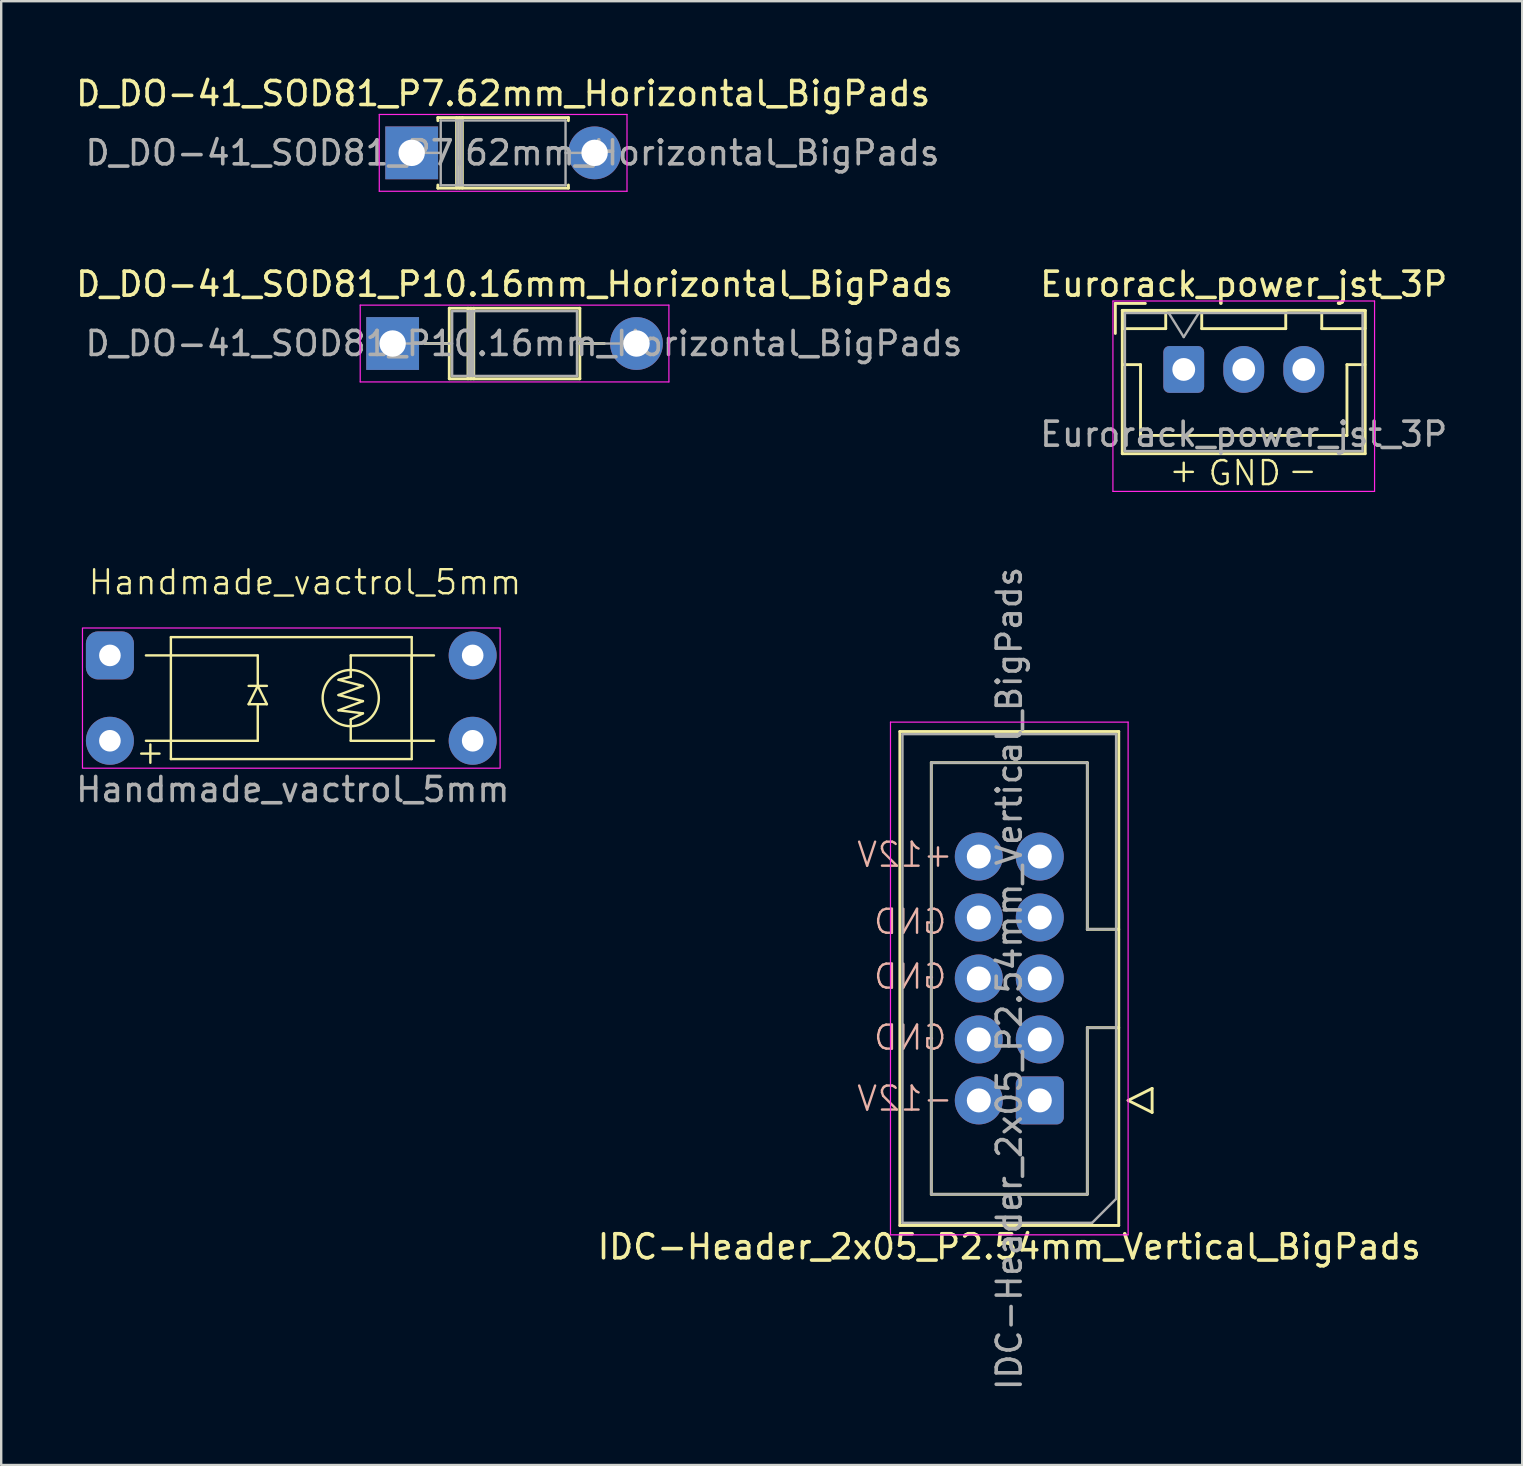
<source format=kicad_pcb>
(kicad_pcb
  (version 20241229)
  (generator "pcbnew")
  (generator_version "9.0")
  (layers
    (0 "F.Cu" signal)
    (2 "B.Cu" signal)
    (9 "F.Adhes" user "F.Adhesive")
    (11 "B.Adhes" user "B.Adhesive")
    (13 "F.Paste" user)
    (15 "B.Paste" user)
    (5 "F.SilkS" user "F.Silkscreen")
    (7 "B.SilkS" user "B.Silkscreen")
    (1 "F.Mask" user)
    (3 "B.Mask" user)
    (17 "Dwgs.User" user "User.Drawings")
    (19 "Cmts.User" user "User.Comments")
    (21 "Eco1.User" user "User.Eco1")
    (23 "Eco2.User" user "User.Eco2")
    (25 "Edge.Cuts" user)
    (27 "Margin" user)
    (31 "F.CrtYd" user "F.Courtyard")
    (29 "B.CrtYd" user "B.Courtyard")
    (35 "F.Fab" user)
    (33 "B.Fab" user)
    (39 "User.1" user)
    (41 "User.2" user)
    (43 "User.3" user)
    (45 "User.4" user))
  (footprint "IDC-Header_2x05_P2.54mm_Vertical_BigPads"
    (layer "F.Cu")
    (at 40.268 42.794)
    (property "Reference" "IDC-Header_2x05_P2.54mm_Vertical_BigPads" (at -1.27 6.1 180) (layer "F.SilkS") (effects (font (size 1 1) (thickness 0.15))))
    (attr through_hole)
    (fp_line (start -5.83 -15.37) (end 3.29 -15.37) (stroke (width 0.12) (type solid)) (layer "F.SilkS"))
    (fp_line (start -5.83 5.21) (end -5.83 -15.37) (stroke (width 0.12) (type solid)) (layer "F.SilkS"))
    (fp_line (start -4.52 -14.07) (end 1.98 -14.07) (stroke (width 0.12) (type solid)) (layer "F.SilkS"))
    (fp_line (start -4.52 3.91) (end -4.52 -14.07) (stroke (width 0.12) (type solid)) (layer "F.SilkS"))
    (fp_line (start 1.98 -14.07) (end 1.98 -7.13) (stroke (width 0.12) (type solid)) (layer "F.SilkS"))
    (fp_line (start 1.98 -7.13) (end 1.98 -7.13) (stroke (width 0.12) (type solid)) (layer "F.SilkS"))
    (fp_line (start 1.98 -7.13) (end 3.29 -7.13) (stroke (width 0.12) (type solid)) (layer "F.SilkS"))
    (fp_line (start 1.98 -3.03) (end 1.98 3.91) (stroke (width 0.12) (type solid)) (layer "F.SilkS"))
    (fp_line (start 1.98 3.91) (end -4.52 3.91) (stroke (width 0.12) (type solid)) (layer "F.SilkS"))
    (fp_line (start 3.29 -15.37) (end 3.29 5.21) (stroke (width 0.12) (type solid)) (layer "F.SilkS"))
    (fp_line (start 3.29 -3.03) (end 1.98 -3.03) (stroke (width 0.12) (type solid)) (layer "F.SilkS"))
    (fp_line (start 3.29 5.21) (end -5.83 5.21) (stroke (width 0.12) (type solid)) (layer "F.SilkS"))
    (fp_line (start 3.68 0) (end 4.68 0.5) (stroke (width 0.12) (type solid)) (layer "F.SilkS"))
    (fp_line (start 4.68 -0.5) (end 3.68 0) (stroke (width 0.12) (type solid)) (layer "F.SilkS"))
    (fp_line (start 4.68 0.5) (end 4.68 -0.5) (stroke (width 0.12) (type solid)) (layer "F.SilkS"))
    (fp_line (start -6.22 -15.76) (end -6.22 5.6) (stroke (width 0.05) (type solid)) (layer "F.CrtYd"))
    (fp_line (start -6.22 5.6) (end 3.68 5.6) (stroke (width 0.05) (type solid)) (layer "F.CrtYd"))
    (fp_line (start 3.68 -15.76) (end -6.22 -15.76) (stroke (width 0.05) (type solid)) (layer "F.CrtYd"))
    (fp_line (start 3.68 5.6) (end 3.68 -15.76) (stroke (width 0.05) (type solid)) (layer "F.CrtYd"))
    (fp_line (start -5.72 -15.26) (end 3.18 -15.26) (stroke (width 0.1) (type solid)) (layer "F.Fab"))
    (fp_line (start -5.72 5.1) (end -5.72 -15.26) (stroke (width 0.1) (type solid)) (layer "F.Fab"))
    (fp_line (start -4.52 -14.07) (end 1.98 -14.07) (stroke (width 0.1) (type solid)) (layer "F.Fab"))
    (fp_line (start -4.52 3.91) (end -4.52 -14.07) (stroke (width 0.1) (type solid)) (layer "F.Fab"))
    (fp_line (start 1.98 -14.07) (end 1.98 -7.13) (stroke (width 0.1) (type solid)) (layer "F.Fab"))
    (fp_line (start 1.98 -7.13) (end 1.98 -7.13) (stroke (width 0.1) (type solid)) (layer "F.Fab"))
    (fp_line (start 1.98 -7.13) (end 3.18 -7.13) (stroke (width 0.1) (type solid)) (layer "F.Fab"))
    (fp_line (start 1.98 -3.03) (end 1.98 3.91) (stroke (width 0.1) (type solid)) (layer "F.Fab"))
    (fp_line (start 1.98 3.91) (end -4.52 3.91) (stroke (width 0.1) (type solid)) (layer "F.Fab"))
    (fp_line (start 2.18 5.1) (end -5.72 5.1) (stroke (width 0.1) (type solid)) (layer "F.Fab"))
    (fp_line (start 3.18 -15.26) (end 3.18 4.1) (stroke (width 0.1) (type solid)) (layer "F.Fab"))
    (fp_line (start 3.18 -3.03) (end 1.98 -3.03) (stroke (width 0.1) (type solid)) (layer "F.Fab"))
    (fp_line (start 3.18 4.1) (end 2.18 5.1) (stroke (width 0.1) (type solid)) (layer "F.Fab"))
    (fp_text user "-12V" (at -3.556 0.508 0) (unlocked yes) (layer "B.SilkS") (effects (font (size 1 1) (thickness 0.1)) (justify left bottom mirror)))
    (fp_text user "GND" (at -3.81 -6.858 0) (unlocked yes) (layer "B.SilkS") (effects (font (size 1 1) (thickness 0.1)) (justify left bottom mirror)))
    (fp_text user "+12V" (at -3.556 -9.652 0) (unlocked yes) (layer "B.SilkS") (effects (font (size 1 1) (thickness 0.1)) (justify left bottom mirror)))
    (fp_text user "GND" (at -3.81 -2.032 0) (unlocked yes) (layer "B.SilkS") (effects (font (size 1 1) (thickness 0.1)) (justify left bottom mirror)))
    (fp_text user "GND" (at -3.81 -4.572 0) (unlocked yes) (layer "B.SilkS") (effects (font (size 1 1) (thickness 0.1)) (justify left bottom mirror)))
    (fp_text user "${REFERENCE}" (at -1.27 -5.08 270) (layer "F.Fab") (effects (font (size 1 1) (thickness 0.15))))
    (pad "1" thru_hole roundrect (at 0 0 180) (size 2 2) (drill 1) (layers "*.Cu" "*.Mask") (roundrect_rratio 0.147))
    (pad "2" thru_hole circle (at -2.54 0 180) (size 2 2) (drill 1) (layers "*.Cu" "*.Mask"))
    (pad "3" thru_hole circle (at 0 -2.54 180) (size 2 2) (drill 1) (layers "*.Cu" "*.Mask"))
    (pad "4" thru_hole circle (at -2.54 -2.54 180) (size 2 2) (drill 1) (layers "*.Cu" "*.Mask"))
    (pad "5" thru_hole circle (at 0 -5.08 180) (size 2 2) (drill 1) (layers "*.Cu" "*.Mask"))
    (pad "6" thru_hole circle (at -2.54 -5.08 180) (size 2 2) (drill 1) (layers "*.Cu" "*.Mask"))
    (pad "7" thru_hole circle (at 0 -7.62 180) (size 2 2) (drill 1) (layers "*.Cu" "*.Mask"))
    (pad "8" thru_hole circle (at -2.54 -7.62 180) (size 2 2) (drill 1) (layers "*.Cu" "*.Mask"))
    (pad "9" thru_hole circle (at 0 -10.16 180) (size 2 2) (drill 1) (layers "*.Cu" "*.Mask"))
    (pad "10" thru_hole circle (at -2.54 -10.16 180) (size 2 2) (drill 1) (layers "*.Cu" "*.Mask")))
  (footprint "D_DO-41_SOD81_P10.16mm_Horizontal_BigPads"
    (layer "F.Cu")
    (at 13.307 11.261)
    (property "Reference" "D_DO-41_SOD81_P10.16mm_Horizontal_BigPads" (at 5.08 -2.47 0) (layer "F.SilkS") (effects (font (size 1 1) (thickness 0.15))))
    (attr through_hole)
    (fp_line (start 1.34 0) (end 2.36 0) (stroke (width 0.12) (type solid)) (layer "F.SilkS"))
    (fp_line (start 2.36 -1.47) (end 2.36 1.47) (stroke (width 0.12) (type solid)) (layer "F.SilkS"))
    (fp_line (start 2.36 1.47) (end 7.8 1.47) (stroke (width 0.12) (type solid)) (layer "F.SilkS"))
    (fp_line (start 3.14 -1.47) (end 3.14 1.47) (stroke (width 0.12) (type solid)) (layer "F.SilkS"))
    (fp_line (start 3.26 -1.47) (end 3.26 1.47) (stroke (width 0.12) (type solid)) (layer "F.SilkS"))
    (fp_line (start 3.38 -1.47) (end 3.38 1.47) (stroke (width 0.12) (type solid)) (layer "F.SilkS"))
    (fp_line (start 7.8 -1.47) (end 2.36 -1.47) (stroke (width 0.12) (type solid)) (layer "F.SilkS"))
    (fp_line (start 7.8 1.47) (end 7.8 -1.47) (stroke (width 0.12) (type solid)) (layer "F.SilkS"))
    (fp_line (start 8.82 0) (end 7.8 0) (stroke (width 0.12) (type solid)) (layer "F.SilkS"))
    (fp_line (start -1.35 -1.6) (end -1.35 1.6) (stroke (width 0.05) (type solid)) (layer "F.CrtYd"))
    (fp_line (start -1.35 1.6) (end 11.51 1.6) (stroke (width 0.05) (type solid)) (layer "F.CrtYd"))
    (fp_line (start 11.51 -1.6) (end -1.35 -1.6) (stroke (width 0.05) (type solid)) (layer "F.CrtYd"))
    (fp_line (start 11.51 1.6) (end 11.51 -1.6) (stroke (width 0.05) (type solid)) (layer "F.CrtYd"))
    (fp_line (start 0 0) (end 2.48 0) (stroke (width 0.1) (type solid)) (layer "F.Fab"))
    (fp_line (start 2.48 -1.35) (end 2.48 1.35) (stroke (width 0.1) (type solid)) (layer "F.Fab"))
    (fp_line (start 2.48 1.35) (end 7.68 1.35) (stroke (width 0.1) (type solid)) (layer "F.Fab"))
    (fp_line (start 3.16 -1.35) (end 3.16 1.35) (stroke (width 0.1) (type solid)) (layer "F.Fab"))
    (fp_line (start 3.26 -1.35) (end 3.26 1.35) (stroke (width 0.1) (type solid)) (layer "F.Fab"))
    (fp_line (start 3.36 -1.35) (end 3.36 1.35) (stroke (width 0.1) (type solid)) (layer "F.Fab"))
    (fp_line (start 7.68 -1.35) (end 2.48 -1.35) (stroke (width 0.1) (type solid)) (layer "F.Fab"))
    (fp_line (start 7.68 1.35) (end 7.68 -1.35) (stroke (width 0.1) (type solid)) (layer "F.Fab"))
    (fp_line (start 10.16 0) (end 7.68 0) (stroke (width 0.1) (type solid)) (layer "F.Fab"))
    (fp_text user "${REFERENCE}" (at 5.47 0 0) (layer "F.Fab") (effects (font (size 1 1) (thickness 0.15))))
    (pad "1" thru_hole rect (at 0 0) (size 2.2 2.2) (drill 1.1) (layers "*.Cu" "*.Mask"))
    (pad "2" thru_hole oval (at 10.16 0) (size 2.2 2.2) (drill 1.1) (layers "*.Cu" "*.Mask")))
  (footprint "Eurorack_power_jst_3P"
    (layer "F.Cu")
    (at 46.265 12.341)
    (property "Reference" "Eurorack_power_jst_3P" (at 2.5 -3.55 0) (layer "F.SilkS") (effects (font (size 1 1) (thickness 0.15))))
    (attr through_hole)
    (fp_line (start -2.85 -2.75) (end -2.85 -1.5) (stroke (width 0.12) (type solid)) (layer "F.SilkS"))
    (fp_line (start -2.56 -2.46) (end -2.56 3.51) (stroke (width 0.12) (type solid)) (layer "F.SilkS"))
    (fp_line (start -2.56 3.51) (end 7.56 3.51) (stroke (width 0.12) (type solid)) (layer "F.SilkS"))
    (fp_line (start -2.55 -2.45) (end -2.55 -1.7) (stroke (width 0.12) (type solid)) (layer "F.SilkS"))
    (fp_line (start -2.55 -1.7) (end -0.75 -1.7) (stroke (width 0.12) (type solid)) (layer "F.SilkS"))
    (fp_line (start -2.55 -0.2) (end -1.8 -0.2) (stroke (width 0.12) (type solid)) (layer "F.SilkS"))
    (fp_line (start -1.8 -0.2) (end -1.8 2.75) (stroke (width 0.12) (type solid)) (layer "F.SilkS"))
    (fp_line (start -1.8 2.75) (end 2.5 2.75) (stroke (width 0.12) (type solid)) (layer "F.SilkS"))
    (fp_line (start -1.6 -2.75) (end -2.85 -2.75) (stroke (width 0.12) (type solid)) (layer "F.SilkS"))
    (fp_line (start -0.75 -2.45) (end -2.55 -2.45) (stroke (width 0.12) (type solid)) (layer "F.SilkS"))
    (fp_line (start -0.75 -1.7) (end -0.75 -2.45) (stroke (width 0.12) (type solid)) (layer "F.SilkS"))
    (fp_line (start 0.75 -2.45) (end 0.75 -1.7) (stroke (width 0.12) (type solid)) (layer "F.SilkS"))
    (fp_line (start 0.75 -1.7) (end 4.25 -1.7) (stroke (width 0.12) (type solid)) (layer "F.SilkS"))
    (fp_line (start 4.25 -2.45) (end 0.75 -2.45) (stroke (width 0.12) (type solid)) (layer "F.SilkS"))
    (fp_line (start 4.25 -1.7) (end 4.25 -2.45) (stroke (width 0.12) (type solid)) (layer "F.SilkS"))
    (fp_line (start 5.75 -2.45) (end 5.75 -1.7) (stroke (width 0.12) (type solid)) (layer "F.SilkS"))
    (fp_line (start 5.75 -1.7) (end 7.55 -1.7) (stroke (width 0.12) (type solid)) (layer "F.SilkS"))
    (fp_line (start 6.8 -0.2) (end 6.8 2.75) (stroke (width 0.12) (type solid)) (layer "F.SilkS"))
    (fp_line (start 6.8 2.75) (end 2.5 2.75) (stroke (width 0.12) (type solid)) (layer "F.SilkS"))
    (fp_line (start 7.55 -2.45) (end 5.75 -2.45) (stroke (width 0.12) (type solid)) (layer "F.SilkS"))
    (fp_line (start 7.55 -1.7) (end 7.55 -2.45) (stroke (width 0.12) (type solid)) (layer "F.SilkS"))
    (fp_line (start 7.55 -0.2) (end 6.8 -0.2) (stroke (width 0.12) (type solid)) (layer "F.SilkS"))
    (fp_line (start 7.56 -2.46) (end -2.56 -2.46) (stroke (width 0.12) (type solid)) (layer "F.SilkS"))
    (fp_line (start 7.56 3.51) (end 7.56 -2.46) (stroke (width 0.12) (type solid)) (layer "F.SilkS"))
    (fp_line (start -2.95 -2.85) (end -2.95 5.08) (stroke (width 0.05) (type solid)) (layer "F.CrtYd"))
    (fp_line (start -2.95 5.08) (end 7.95 5.08) (stroke (width 0.05) (type solid)) (layer "F.CrtYd"))
    (fp_line (start 7.95 -2.85) (end -2.95 -2.85) (stroke (width 0.05) (type solid)) (layer "F.CrtYd"))
    (fp_line (start 7.95 5.08) (end 7.95 -2.85) (stroke (width 0.05) (type solid)) (layer "F.CrtYd"))
    (fp_line (start -2.45 -2.35) (end -2.45 3.4) (stroke (width 0.1) (type solid)) (layer "F.Fab"))
    (fp_line (start -2.45 3.4) (end 7.45 3.4) (stroke (width 0.1) (type solid)) (layer "F.Fab"))
    (fp_line (start -0.625 -2.35) (end 0 -1.35) (stroke (width 0.1) (type solid)) (layer "F.Fab"))
    (fp_line (start 0 -1.35) (end 0.625 -2.35) (stroke (width 0.1) (type solid)) (layer "F.Fab"))
    (fp_line (start 7.45 -2.35) (end -2.45 -2.35) (stroke (width 0.1) (type solid)) (layer "F.Fab"))
    (fp_line (start 7.45 3.4) (end 7.45 -2.35) (stroke (width 0.1) (type solid)) (layer "F.Fab"))
    (fp_text user "GND" (at 2.54 4.318 0) (unlocked yes) (layer "F.SilkS") (effects (font (size 1 1) (thickness 0.1))))
    (fp_text user "+" (at 0 4.191 0) (unlocked yes) (layer "F.SilkS") (effects (font (size 1 1) (thickness 0.1))))
    (fp_text user "-" (at 4.953 4.191 0) (unlocked yes) (layer "F.SilkS") (effects (font (size 1 1) (thickness 0.1))))
    (fp_text user "${REFERENCE}" (at 2.5 2.7 0) (layer "F.Fab") (effects (font (size 1 1) (thickness 0.15))))
    (pad "1" thru_hole roundrect (at 0 0) (size 1.7 1.95) (drill 0.95) (layers "*.Cu" "*.Mask") (roundrect_rratio 0.147))
    (pad "2" thru_hole oval (at 2.5 0) (size 1.7 1.95) (drill 0.95) (layers "*.Cu" "*.Mask"))
    (pad "3" thru_hole oval (at 5 0) (size 1.7 1.95) (drill 0.95) (layers "*.Cu" "*.Mask")))
  (footprint "Handmade_vactrol_5mm"
    (layer "F.Cu")
    (at 1.529 24.255)
    (property "Reference" "Handmade_vactrol_5mm" (at 8.128 -3.048 0) (unlocked yes) (layer "F.SilkS") (effects (font (size 1 1) (thickness 0.1))))
    (attr through_hole)
    (fp_line (start 1.5 0) (end 2.54 0) (stroke (width 0.1) (type default)) (layer "F.SilkS"))
    (fp_line (start 2.54 -0.762) (end 2.54 4.318) (stroke (width 0.1) (type default)) (layer "F.SilkS"))
    (fp_line (start 2.54 -0.762) (end 12.573 -0.762) (stroke (width 0.1) (type default)) (layer "F.SilkS"))
    (fp_line (start 2.54 0) (end 6.16 0) (stroke (width 0.1) (type default)) (layer "F.SilkS"))
    (fp_line (start 2.54 3.556) (end 1.5 3.556) (stroke (width 0.1) (type default)) (layer "F.SilkS"))
    (fp_line (start 2.54 3.556) (end 6.16 3.556) (stroke (width 0.1) (type default)) (layer "F.SilkS"))
    (fp_line (start 5.779 2.032) (end 6.16 1.27) (stroke (width 0.1) (type default)) (layer "F.SilkS"))
    (fp_line (start 6.16 0) (end 6.16 1.27) (stroke (width 0.1) (type default)) (layer "F.SilkS"))
    (fp_line (start 6.16 1.27) (end 6.54 2.032) (stroke (width 0.1) (type default)) (layer "F.SilkS"))
    (fp_line (start 6.16 3.556) (end 6.16 2.032) (stroke (width 0.1) (type default)) (layer "F.SilkS"))
    (fp_line (start 6.54 1.27) (end 5.779 1.27) (stroke (width 0.1) (type default)) (layer "F.SilkS"))
    (fp_line (start 6.54 2.032) (end 5.779 2.032) (stroke (width 0.1) (type default)) (layer "F.SilkS"))
    (fp_line (start 9.525 1.016) (end 10.033 0.889) (stroke (width 0.1) (type default)) (layer "F.SilkS"))
    (fp_line (start 9.525 1.016) (end 10.541 1.27) (stroke (width 0.1) (type default)) (layer "F.SilkS"))
    (fp_line (start 9.525 1.651) (end 10.541 1.905) (stroke (width 0.1) (type default)) (layer "F.SilkS"))
    (fp_line (start 9.525 2.286) (end 10.541 2.413) (stroke (width 0.1) (type default)) (layer "F.SilkS"))
    (fp_line (start 10.033 0) (end 13.5 0) (stroke (width 0.1) (type default)) (layer "F.SilkS"))
    (fp_line (start 10.033 0.607) (end 10.033 0) (stroke (width 0.1) (type default)) (layer "F.SilkS"))
    (fp_line (start 10.033 0.889) (end 10.033 0.607) (stroke (width 0.1) (type default)) (layer "F.SilkS"))
    (fp_line (start 10.033 2.667) (end 10.033 2.949) (stroke (width 0.1) (type default)) (layer "F.SilkS"))
    (fp_line (start 10.033 2.949) (end 10.033 3.556) (stroke (width 0.1) (type default)) (layer "F.SilkS"))
    (fp_line (start 10.033 3.556) (end 13.5 3.556) (stroke (width 0.1) (type default)) (layer "F.SilkS"))
    (fp_line (start 10.541 1.27) (end 9.525 1.651) (stroke (width 0.1) (type default)) (layer "F.SilkS"))
    (fp_line (start 10.541 1.905) (end 9.525 2.286) (stroke (width 0.1) (type default)) (layer "F.SilkS"))
    (fp_line (start 10.541 2.413) (end 10.033 2.667) (stroke (width 0.1) (type default)) (layer "F.SilkS"))
    (fp_line (start 12.573 -0.762) (end 12.573 4.318) (stroke (width 0.1) (type default)) (layer "F.SilkS"))
    (fp_line (start 12.573 3.556) (end 12.573 0) (stroke (width 0.1) (type default)) (layer "F.SilkS"))
    (fp_line (start 12.573 4.318) (end 2.54 4.318) (stroke (width 0.1) (type default)) (layer "F.SilkS"))
    (fp_circle (center 10.033 1.778) (end 11.204 1.778) (stroke (width 0.1) (type default)) (fill no) (layer "F.SilkS"))
    (fp_rect (start -1.143 -1.143) (end 16.256 4.699) (stroke (width 0.05) (type default)) (fill no) (layer "F.CrtYd"))
    (fp_text user "+" (at 1 4.6 0) (unlocked yes) (layer "F.SilkS") (effects (font (size 1 1) (thickness 0.1)) (justify left bottom)))
    (fp_text user "${REFERENCE}" (at 7.62 5.588 0) (unlocked yes) (layer "F.Fab") (effects (font (size 1 1) (thickness 0.15))))
    (pad "1" thru_hole roundrect (at 0 0) (size 2 2) (drill 0.9) (layers "*.Cu" "*.Mask") (roundrect_rratio 0.25))
    (pad "2" thru_hole circle (at 0 3.556) (size 2 2) (drill 0.9) (layers "*.Cu" "*.Mask"))
    (pad "3" thru_hole circle (at 15.113 0) (size 2 2) (drill 0.9) (layers "*.Cu" "*.Mask"))
    (pad "4" thru_hole circle (at 15.113 3.556) (size 2 2) (drill 0.9) (layers "*.Cu" "*.Mask")))
  (footprint "D_DO-41_SOD81_P7.62mm_Horizontal_BigPads"
    (layer "F.Cu")
    (at 14.101 3.318)
    (property "Reference" "D_DO-41_SOD81_P7.62mm_Horizontal_BigPads" (at 3.81 -2.47 0) (layer "F.SilkS") (effects (font (size 1 1) (thickness 0.15))))
    (attr through_hole)
    (fp_line (start 1.09 -1.47) (end 6.53 -1.47) (stroke (width 0.12) (type solid)) (layer "F.SilkS"))
    (fp_line (start 1.09 -1.34) (end 1.09 -1.47) (stroke (width 0.12) (type solid)) (layer "F.SilkS"))
    (fp_line (start 1.09 1.34) (end 1.09 1.47) (stroke (width 0.12) (type solid)) (layer "F.SilkS"))
    (fp_line (start 1.09 1.47) (end 6.53 1.47) (stroke (width 0.12) (type solid)) (layer "F.SilkS"))
    (fp_line (start 1.87 -1.47) (end 1.87 1.47) (stroke (width 0.12) (type solid)) (layer "F.SilkS"))
    (fp_line (start 1.99 -1.47) (end 1.99 1.47) (stroke (width 0.12) (type solid)) (layer "F.SilkS"))
    (fp_line (start 2.11 -1.47) (end 2.11 1.47) (stroke (width 0.12) (type solid)) (layer "F.SilkS"))
    (fp_line (start 6.53 -1.47) (end 6.53 -1.34) (stroke (width 0.12) (type solid)) (layer "F.SilkS"))
    (fp_line (start 6.53 1.47) (end 6.53 1.34) (stroke (width 0.12) (type solid)) (layer "F.SilkS"))
    (fp_line (start -1.35 -1.6) (end -1.35 1.6) (stroke (width 0.05) (type solid)) (layer "F.CrtYd"))
    (fp_line (start -1.35 1.6) (end 8.97 1.6) (stroke (width 0.05) (type solid)) (layer "F.CrtYd"))
    (fp_line (start 8.97 -1.6) (end -1.35 -1.6) (stroke (width 0.05) (type solid)) (layer "F.CrtYd"))
    (fp_line (start 8.97 1.6) (end 8.97 -1.6) (stroke (width 0.05) (type solid)) (layer "F.CrtYd"))
    (fp_line (start 0 0) (end 1.21 0) (stroke (width 0.1) (type solid)) (layer "F.Fab"))
    (fp_line (start 1.21 -1.35) (end 1.21 1.35) (stroke (width 0.1) (type solid)) (layer "F.Fab"))
    (fp_line (start 1.21 1.35) (end 6.41 1.35) (stroke (width 0.1) (type solid)) (layer "F.Fab"))
    (fp_line (start 1.89 -1.35) (end 1.89 1.35) (stroke (width 0.1) (type solid)) (layer "F.Fab"))
    (fp_line (start 1.99 -1.35) (end 1.99 1.35) (stroke (width 0.1) (type solid)) (layer "F.Fab"))
    (fp_line (start 2.09 -1.35) (end 2.09 1.35) (stroke (width 0.1) (type solid)) (layer "F.Fab"))
    (fp_line (start 6.41 -1.35) (end 1.21 -1.35) (stroke (width 0.1) (type solid)) (layer "F.Fab"))
    (fp_line (start 6.41 1.35) (end 6.41 -1.35) (stroke (width 0.1) (type solid)) (layer "F.Fab"))
    (fp_line (start 7.62 0) (end 6.41 0) (stroke (width 0.1) (type solid)) (layer "F.Fab"))
    (fp_text user "${REFERENCE}" (at 4.2 0 0) (layer "F.Fab") (effects (font (size 1 1) (thickness 0.15))))
    (pad "1" thru_hole rect (at 0 0) (size 2.2 2.2) (drill 1.1) (layers "*.Cu" "*.Mask"))
    (pad "2" thru_hole oval (at 7.62 0) (size 2.2 2.2) (drill 1.1) (layers "*.Cu" "*.Mask")))
  (gr_rect
    (start -3 -3)
    (end 60.366 57.982)
    (stroke (width 0.1) (type default))
    (fill no)
    (layer "Edge.Cuts")))
</source>
